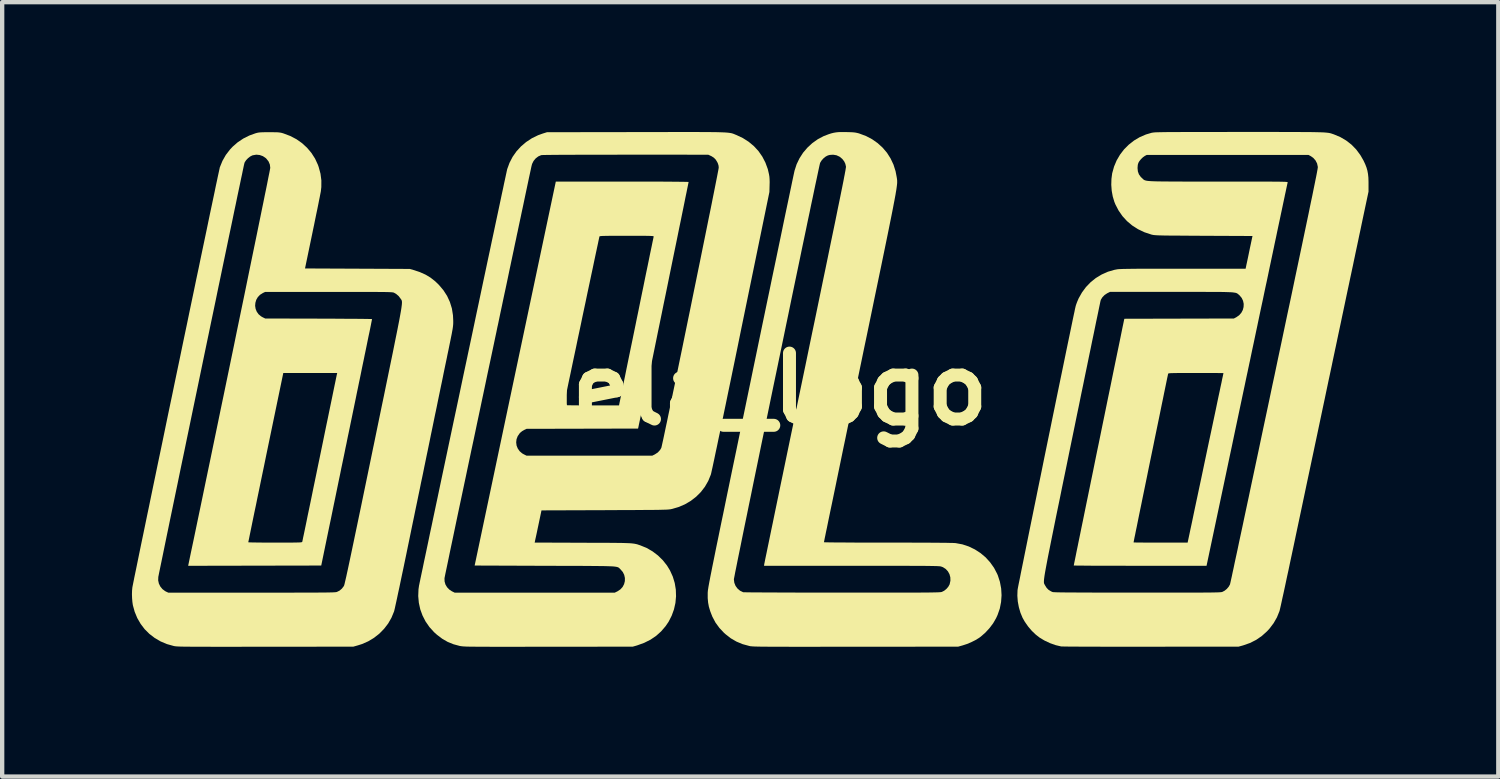
<source format=kicad_pcb>
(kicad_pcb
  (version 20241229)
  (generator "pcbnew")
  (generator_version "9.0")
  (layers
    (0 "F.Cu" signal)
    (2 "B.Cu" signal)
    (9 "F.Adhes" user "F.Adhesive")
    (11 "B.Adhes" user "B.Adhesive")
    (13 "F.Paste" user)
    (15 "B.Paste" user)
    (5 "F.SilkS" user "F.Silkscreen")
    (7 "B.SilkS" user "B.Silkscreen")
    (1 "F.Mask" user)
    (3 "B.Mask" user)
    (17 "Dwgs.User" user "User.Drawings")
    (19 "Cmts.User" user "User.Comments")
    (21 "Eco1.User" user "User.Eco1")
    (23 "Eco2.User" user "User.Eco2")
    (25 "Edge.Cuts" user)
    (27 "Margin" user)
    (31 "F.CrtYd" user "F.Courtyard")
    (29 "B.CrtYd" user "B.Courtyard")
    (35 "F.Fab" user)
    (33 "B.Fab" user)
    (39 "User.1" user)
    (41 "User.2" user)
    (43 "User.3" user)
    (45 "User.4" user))
  (footprint "bela_logo"
    (layer "F.Cu")
    (at 14.291 5.946)
    (property "Reference" "bela_logo" (at 0 0 0) (layer "F.SilkS") (effects (font (size 1.524 1.524) (thickness 0.3))))
    (attr board_only exclude_from_pos_files exclude_from_bom)
    (fp_poly (pts (xy 2.177 -5.944) (xy 2.229 -5.943) (xy 2.302 -5.941) (xy 2.358 -5.939) (xy 2.402 -5.935) (xy 2.439 -5.93) (xy 2.472 -5.923) (xy 2.508 -5.914) (xy 2.523 -5.909) (xy 2.676 -5.852) (xy 2.818 -5.777) (xy 2.946 -5.687) (xy 3.061 -5.582) (xy 3.161 -5.464) (xy 3.244 -5.333) (xy 3.311 -5.191) (xy 3.359 -5.039) (xy 3.386 -4.899) (xy 3.388 -4.883) (xy 3.391 -4.868) (xy 3.393 -4.854) (xy 3.394 -4.839) (xy 3.396 -4.824) (xy 3.396 -4.808) (xy 3.396 -4.79) (xy 3.396 -4.769) (xy 3.394 -4.745) (xy 3.391 -4.717) (xy 3.387 -4.685) (xy 3.382 -4.648) (xy 3.376 -4.605) (xy 3.367 -4.555) (xy 3.358 -4.499) (xy 3.346 -4.435) (xy 3.333 -4.363) (xy 3.317 -4.282) (xy 3.3 -4.191) (xy 3.28 -4.09) (xy 3.258 -3.979) (xy 3.233 -3.856) (xy 3.206 -3.721) (xy 3.176 -3.573) (xy 3.143 -3.412) (xy 3.107 -3.237) (xy 3.068 -3.048) (xy 3.026 -2.843) (xy 2.98 -2.623) (xy 2.931 -2.386) (xy 2.878 -2.132) (xy 2.822 -1.86) (xy 2.762 -1.57) (xy 2.698 -1.261) (xy 2.629 -0.932) (xy 2.557 -0.583) (xy 2.545 -0.526) (xy 2.485 -0.235) (xy 2.425 0.05) (xy 2.368 0.329) (xy 2.311 0.601) (xy 2.256 0.866) (xy 2.203 1.123) (xy 2.151 1.37) (xy 2.102 1.608) (xy 2.055 1.836) (xy 2.01 2.053) (xy 1.968 2.258) (xy 1.928 2.45) (xy 1.891 2.629) (xy 1.856 2.795) (xy 1.825 2.945) (xy 1.797 3.08) (xy 1.773 3.2) (xy 1.751 3.302) (xy 1.734 3.387) (xy 1.72 3.453) (xy 1.711 3.501) (xy 1.705 3.529) (xy 1.703 3.537) (xy 1.714 3.538) (xy 1.745 3.539) (xy 1.794 3.54) (xy 1.862 3.541) (xy 1.946 3.542) (xy 2.045 3.543) (xy 2.158 3.543) (xy 2.285 3.544) (xy 2.423 3.545) (xy 2.571 3.545) (xy 2.728 3.546) (xy 2.894 3.546) (xy 3.066 3.546) (xy 3.179 3.546) (xy 3.421 3.546) (xy 3.642 3.546) (xy 3.842 3.547) (xy 4.021 3.547) (xy 4.18 3.548) (xy 4.319 3.549) (xy 4.439 3.55) (xy 4.539 3.551) (xy 4.62 3.553) (xy 4.682 3.554) (xy 4.726 3.556) (xy 4.751 3.558) (xy 4.906 3.587) (xy 5.053 3.636) (xy 5.193 3.704) (xy 5.323 3.788) (xy 5.441 3.887) (xy 5.545 4.002) (xy 5.635 4.129) (xy 5.707 4.267) (xy 5.723 4.304) (xy 5.771 4.453) (xy 5.8 4.607) (xy 5.809 4.762) (xy 5.798 4.918) (xy 5.768 5.071) (xy 5.717 5.218) (xy 5.683 5.292) (xy 5.615 5.41) (xy 5.53 5.523) (xy 5.434 5.627) (xy 5.33 5.718) (xy 5.283 5.752) (xy 5.2 5.802) (xy 5.104 5.85) (xy 5.004 5.891) (xy 4.909 5.922) (xy 4.805 5.951) (xy 2.437 5.953) (xy 2.171 5.953) (xy 1.926 5.953) (xy 1.7 5.953) (xy 1.494 5.954) (xy 1.305 5.954) (xy 1.133 5.954) (xy 0.978 5.954) (xy 0.838 5.953) (xy 0.712 5.953) (xy 0.6 5.953) (xy 0.501 5.952) (xy 0.414 5.952) (xy 0.338 5.951) (xy 0.272 5.951) (xy 0.215 5.95) (xy 0.167 5.949) (xy 0.127 5.948) (xy 0.093 5.947) (xy 0.065 5.945) (xy 0.042 5.944) (xy 0.024 5.942) (xy 0.008 5.941) (xy -0.005 5.939) (xy -0.016 5.936) (xy -0.021 5.935) (xy -0.176 5.893) (xy -0.318 5.834) (xy -0.449 5.758) (xy -0.571 5.663) (xy -0.604 5.634) (xy -0.713 5.518) (xy -0.804 5.393) (xy -0.877 5.255) (xy -0.925 5.131) (xy -0.956 5.028) (xy -0.974 4.93) (xy -0.983 4.829) (xy -0.983 4.716) (xy -0.983 4.705) (xy -0.982 4.693) (xy -0.981 4.68) (xy -0.98 4.665) (xy -0.978 4.648) (xy -0.975 4.628) (xy -0.971 4.604) (xy -0.967 4.575) (xy -0.961 4.542) (xy -0.954 4.504) (xy -0.946 4.459) (xy -0.936 4.408) (xy -0.934 4.398) (xy -0.378 4.398) (xy -0.368 4.474) (xy -0.34 4.545) (xy -0.295 4.607) (xy -0.237 4.657) (xy -0.169 4.69) (xy -0.161 4.693) (xy -0.148 4.694) (xy -0.114 4.694) (xy -0.061 4.695) (xy 0.01 4.696) (xy 0.099 4.697) (xy 0.205 4.697) (xy 0.325 4.698) (xy 0.46 4.699) (xy 0.609 4.699) (xy 0.769 4.7) (xy 0.942 4.7) (xy 1.124 4.701) (xy 1.316 4.701) (xy 1.517 4.701) (xy 1.724 4.702) (xy 1.938 4.702) (xy 2.122 4.702) (xy 2.382 4.702) (xy 2.621 4.702) (xy 2.841 4.702) (xy 3.042 4.702) (xy 3.224 4.702) (xy 3.39 4.702) (xy 3.54 4.702) (xy 3.674 4.702) (xy 3.793 4.701) (xy 3.899 4.701) (xy 3.993 4.7) (xy 4.074 4.7) (xy 4.144 4.699) (xy 4.204 4.698) (xy 4.255 4.697) (xy 4.297 4.696) (xy 4.332 4.695) (xy 4.36 4.694) (xy 4.382 4.692) (xy 4.399 4.691) (xy 4.412 4.689) (xy 4.422 4.687) (xy 4.43 4.685) (xy 4.43 4.685) (xy 4.483 4.658) (xy 4.534 4.617) (xy 4.577 4.567) (xy 4.607 4.514) (xy 4.61 4.505) (xy 4.627 4.426) (xy 4.625 4.349) (xy 4.605 4.275) (xy 4.569 4.21) (xy 4.518 4.155) (xy 4.454 4.114) (xy 4.41 4.098) (xy 4.401 4.096) (xy 4.389 4.094) (xy 4.371 4.092) (xy 4.348 4.091) (xy 4.318 4.089) (xy 4.28 4.088) (xy 4.234 4.087) (xy 4.178 4.086) (xy 4.112 4.085) (xy 4.035 4.084) (xy 3.946 4.084) (xy 3.843 4.083) (xy 3.727 4.083) (xy 3.596 4.082) (xy 3.45 4.082) (xy 3.287 4.082) (xy 3.106 4.082) (xy 2.907 4.082) (xy 2.689 4.082) (xy 2.451 4.082) (xy 2.337 4.082) (xy 0.319 4.082) (xy 0.324 4.041) (xy 0.327 4.028) (xy 0.334 3.995) (xy 0.344 3.942) (xy 0.359 3.87) (xy 0.378 3.78) (xy 0.4 3.672) (xy 0.426 3.547) (xy 0.455 3.406) (xy 0.487 3.25) (xy 0.523 3.079) (xy 0.561 2.893) (xy 0.602 2.695) (xy 0.646 2.483) (xy 0.692 2.259) (xy 0.741 2.024) (xy 0.792 1.778) (xy 0.845 1.522) (xy 0.9 1.257) (xy 0.957 0.983) (xy 1.016 0.701) (xy 1.076 0.411) (xy 1.137 0.115) (xy 1.2 -0.187) (xy 1.264 -0.494) (xy 1.275 -0.546) (xy 1.353 -0.925) (xy 1.427 -1.283) (xy 1.498 -1.621) (xy 1.564 -1.94) (xy 1.626 -2.24) (xy 1.684 -2.522) (xy 1.739 -2.785) (xy 1.79 -3.032) (xy 1.837 -3.262) (xy 1.881 -3.475) (xy 1.922 -3.673) (xy 1.96 -3.855) (xy 1.994 -4.023) (xy 2.025 -4.177) (xy 2.054 -4.317) (xy 2.08 -4.444) (xy 2.103 -4.559) (xy 2.124 -4.661) (xy 2.142 -4.752) (xy 2.158 -4.832) (xy 2.171 -4.902) (xy 2.183 -4.962) (xy 2.192 -5.012) (xy 2.2 -5.053) (xy 2.205 -5.086) (xy 2.209 -5.112) (xy 2.212 -5.129) (xy 2.213 -5.141) (xy 2.213 -5.144) (xy 2.198 -5.21) (xy 2.171 -5.267) (xy 2.127 -5.323) (xy 2.125 -5.325) (xy 2.064 -5.375) (xy 1.994 -5.407) (xy 1.917 -5.42) (xy 1.838 -5.415) (xy 1.794 -5.403) (xy 1.745 -5.378) (xy 1.695 -5.338) (xy 1.652 -5.291) (xy 1.621 -5.242) (xy 1.614 -5.228) (xy 1.61 -5.212) (xy 1.602 -5.177) (xy 1.59 -5.122) (xy 1.574 -5.048) (xy 1.555 -4.957) (xy 1.532 -4.849) (xy 1.505 -4.725) (xy 1.476 -4.586) (xy 1.444 -4.432) (xy 1.408 -4.264) (xy 1.371 -4.084) (xy 1.33 -3.892) (xy 1.288 -3.688) (xy 1.243 -3.474) (xy 1.196 -3.251) (xy 1.148 -3.018) (xy 1.098 -2.778) (xy 1.046 -2.53) (xy 0.993 -2.276) (xy 0.939 -2.016) (xy 0.885 -1.752) (xy 0.829 -1.484) (xy 0.773 -1.212) (xy 0.716 -0.938) (xy 0.659 -0.663) (xy 0.602 -0.387) (xy 0.544 -0.111) (xy 0.487 0.164) (xy 0.431 0.437) (xy 0.375 0.708) (xy 0.32 0.976) (xy 0.265 1.239) (xy 0.212 1.498) (xy 0.16 1.751) (xy 0.109 1.997) (xy 0.06 2.236) (xy 0.013 2.467) (xy -0.033 2.688) (xy -0.076 2.9) (xy -0.118 3.102) (xy -0.157 3.292) (xy -0.193 3.469) (xy -0.226 3.634) (xy -0.257 3.785) (xy -0.285 3.921) (xy -0.309 4.042) (xy -0.33 4.147) (xy -0.348 4.234) (xy -0.361 4.304) (xy -0.371 4.355) (xy -0.377 4.387) (xy -0.378 4.398) (xy -0.934 4.398) (xy -0.925 4.349) (xy -0.912 4.283) (xy -0.897 4.209) (xy -0.881 4.126) (xy -0.862 4.033) (xy -0.841 3.93) (xy -0.818 3.816) (xy -0.793 3.691) (xy -0.765 3.555) (xy -0.734 3.406) (xy -0.701 3.243) (xy -0.665 3.068) (xy -0.625 2.878) (xy -0.583 2.673) (xy -0.538 2.453) (xy -0.489 2.217) (xy -0.437 1.965) (xy -0.381 1.696) (xy -0.321 1.409) (xy -0.258 1.103) (xy -0.191 0.779) (xy -0.119 0.435) (xy -0.044 0.072) (xy 0.01 -0.187) (xy 0.075 -0.503) (xy 0.14 -0.814) (xy 0.203 -1.119) (xy 0.265 -1.419) (xy 0.326 -1.711) (xy 0.385 -1.995) (xy 0.443 -2.271) (xy 0.498 -2.539) (xy 0.552 -2.796) (xy 0.604 -3.044) (xy 0.653 -3.28) (xy 0.7 -3.505) (xy 0.744 -3.717) (xy 0.785 -3.916) (xy 0.824 -4.102) (xy 0.86 -4.273) (xy 0.893 -4.429) (xy 0.922 -4.569) (xy 0.948 -4.693) (xy 0.97 -4.799) (xy 0.989 -4.888) (xy 1.004 -4.959) (xy 1.015 -5.01) (xy 1.022 -5.041) (xy 1.024 -5.051) (xy 1.072 -5.199) (xy 1.139 -5.338) (xy 1.223 -5.468) (xy 1.323 -5.585) (xy 1.437 -5.69) (xy 1.563 -5.779) (xy 1.7 -5.851) (xy 1.816 -5.895) (xy 1.876 -5.914) (xy 1.929 -5.927) (xy 1.981 -5.936) (xy 2.036 -5.942) (xy 2.1 -5.944)) (stroke (width 0) (type solid)) (fill yes) (layer "F.SilkS"))
    (fp_poly (pts (xy -11.115 -5.94) (xy -11.037 -5.94) (xy -10.977 -5.939) (xy -10.93 -5.938) (xy -10.894 -5.935) (xy -10.864 -5.931) (xy -10.837 -5.926) (xy -10.808 -5.918) (xy -10.783 -5.91) (xy -10.63 -5.852) (xy -10.487 -5.777) (xy -10.358 -5.686) (xy -10.243 -5.58) (xy -10.143 -5.461) (xy -10.059 -5.33) (xy -9.993 -5.187) (xy -9.975 -5.136) (xy -9.933 -4.981) (xy -9.913 -4.826) (xy -9.914 -4.671) (xy -9.925 -4.574) (xy -9.93 -4.548) (xy -9.939 -4.502) (xy -9.951 -4.439) (xy -9.967 -4.361) (xy -9.985 -4.269) (xy -10.006 -4.165) (xy -10.03 -4.051) (xy -10.055 -3.929) (xy -10.081 -3.8) (xy -10.109 -3.667) (xy -10.116 -3.632) (xy -10.291 -2.791) (xy -7.869 -2.78) (xy -7.783 -2.755) (xy -7.637 -2.707) (xy -7.507 -2.649) (xy -7.39 -2.579) (xy -7.282 -2.494) (xy -7.197 -2.412) (xy -7.092 -2.288) (xy -7.007 -2.156) (xy -6.942 -2.015) (xy -6.896 -1.866) (xy -6.871 -1.709) (xy -6.865 -1.585) (xy -6.865 -1.557) (xy -6.865 -1.531) (xy -6.866 -1.506) (xy -6.868 -1.481) (xy -6.871 -1.452) (xy -6.875 -1.42) (xy -6.881 -1.381) (xy -6.89 -1.334) (xy -6.9 -1.278) (xy -6.914 -1.209) (xy -6.93 -1.128) (xy -6.95 -1.032) (xy -6.973 -0.918) (xy -7.001 -0.786) (xy -7.01 -0.739) (xy -7.032 -0.634) (xy -7.057 -0.515) (xy -7.083 -0.39) (xy -7.108 -0.265) (xy -7.132 -0.148) (xy -7.15 -0.064) (xy -7.171 0.039) (xy -7.195 0.154) (xy -7.22 0.275) (xy -7.244 0.394) (xy -7.267 0.505) (xy -7.285 0.589) (xy -7.304 0.682) (xy -7.324 0.779) (xy -7.344 0.877) (xy -7.363 0.969) (xy -7.38 1.049) (xy -7.392 1.109) (xy -7.403 1.164) (xy -7.418 1.237) (xy -7.436 1.324) (xy -7.456 1.422) (xy -7.478 1.526) (xy -7.5 1.633) (xy -7.522 1.741) (xy -7.53 1.778) (xy -7.544 1.848) (xy -7.562 1.937) (xy -7.584 2.043) (xy -7.61 2.164) (xy -7.637 2.3) (xy -7.668 2.447) (xy -7.7 2.604) (xy -7.735 2.77) (xy -7.77 2.942) (xy -7.807 3.119) (xy -7.844 3.299) (xy -7.881 3.48) (xy -7.917 3.653) (xy -7.952 3.825) (xy -7.987 3.992) (xy -8.02 4.152) (xy -8.053 4.306) (xy -8.083 4.45) (xy -8.111 4.585) (xy -8.138 4.708) (xy -8.161 4.818) (xy -8.182 4.915) (xy -8.2 4.996) (xy -8.214 5.061) (xy -8.225 5.107) (xy -8.232 5.135) (xy -8.234 5.14) (xy -8.293 5.283) (xy -8.37 5.417) (xy -8.464 5.539) (xy -8.573 5.65) (xy -8.695 5.746) (xy -8.829 5.827) (xy -8.972 5.89) (xy -9.069 5.921) (xy -9.175 5.951) (xy -11.206 5.953) (xy -11.451 5.953) (xy -11.676 5.953) (xy -11.882 5.954) (xy -12.069 5.954) (xy -12.238 5.954) (xy -12.39 5.954) (xy -12.527 5.953) (xy -12.649 5.953) (xy -12.757 5.953) (xy -12.852 5.953) (xy -12.934 5.952) (xy -13.006 5.951) (xy -13.068 5.951) (xy -13.12 5.95) (xy -13.164 5.949) (xy -13.201 5.948) (xy -13.231 5.946) (xy -13.256 5.945) (xy -13.277 5.943) (xy -13.293 5.941) (xy -13.307 5.939) (xy -13.32 5.937) (xy -13.327 5.935) (xy -13.484 5.891) (xy -13.63 5.829) (xy -13.765 5.75) (xy -13.888 5.656) (xy -13.997 5.547) (xy -14.09 5.425) (xy -14.168 5.29) (xy -14.228 5.145) (xy -14.27 4.992) (xy -14.281 4.917) (xy -14.288 4.832) (xy -14.291 4.743) (xy -14.289 4.658) (xy -14.282 4.585) (xy -14.279 4.568) (xy -14.274 4.542) (xy -14.265 4.497) (xy -14.252 4.432) (xy -14.249 4.418) (xy -13.685 4.418) (xy -13.669 4.492) (xy -13.636 4.56) (xy -13.587 4.62) (xy -13.526 4.666) (xy -13.504 4.678) (xy -13.45 4.703) (xy -11.526 4.703) (xy -11.286 4.703) (xy -11.066 4.703) (xy -10.865 4.703) (xy -10.684 4.703) (xy -10.52 4.702) (xy -10.372 4.702) (xy -10.241 4.702) (xy -10.125 4.701) (xy -10.022 4.701) (xy -9.933 4.7) (xy -9.856 4.7) (xy -9.79 4.699) (xy -9.734 4.698) (xy -9.688 4.697) (xy -9.651 4.696) (xy -9.62 4.694) (xy -9.597 4.693) (xy -9.579 4.691) (xy -9.566 4.689) (xy -9.557 4.687) (xy -9.554 4.686) (xy -9.493 4.656) (xy -9.439 4.61) (xy -9.396 4.554) (xy -9.389 4.541) (xy -9.386 4.532) (xy -9.38 4.512) (xy -9.373 4.484) (xy -9.364 4.444) (xy -9.352 4.394) (xy -9.338 4.333) (xy -9.322 4.259) (xy -9.303 4.173) (xy -9.282 4.074) (xy -9.258 3.961) (xy -9.231 3.833) (xy -9.201 3.691) (xy -9.168 3.534) (xy -9.132 3.361) (xy -9.092 3.171) (xy -9.049 2.964) (xy -9.002 2.74) (xy -8.952 2.497) (xy -8.898 2.236) (xy -8.84 1.956) (xy -8.778 1.656) (xy -8.712 1.335) (xy -8.703 1.294) (xy -8.639 0.982) (xy -8.579 0.691) (xy -8.523 0.419) (xy -8.47 0.166) (xy -8.422 -0.069) (xy -8.377 -0.287) (xy -8.336 -0.487) (xy -8.298 -0.672) (xy -8.263 -0.841) (xy -8.232 -0.995) (xy -8.204 -1.135) (xy -8.178 -1.263) (xy -8.155 -1.377) (xy -8.135 -1.48) (xy -8.117 -1.571) (xy -8.102 -1.652) (xy -8.089 -1.723) (xy -8.078 -1.785) (xy -8.069 -1.838) (xy -8.062 -1.884) (xy -8.057 -1.923) (xy -8.053 -1.955) (xy -8.051 -1.982) (xy -8.05 -2.004) (xy -8.051 -2.021) (xy -8.052 -2.035) (xy -8.055 -2.047) (xy -8.058 -2.056) (xy -8.062 -2.064) (xy -8.066 -2.071) (xy -8.071 -2.078) (xy -8.077 -2.085) (xy -8.081 -2.092) (xy -8.127 -2.153) (xy -8.186 -2.203) (xy -8.232 -2.229) (xy -8.239 -2.232) (xy -8.247 -2.235) (xy -8.258 -2.237) (xy -8.273 -2.239) (xy -8.292 -2.241) (xy -8.317 -2.242) (xy -8.349 -2.244) (xy -8.389 -2.245) (xy -8.438 -2.246) (xy -8.497 -2.247) (xy -8.567 -2.247) (xy -8.65 -2.248) (xy -8.746 -2.248) (xy -8.857 -2.249) (xy -8.983 -2.249) (xy -9.126 -2.249) (xy -9.287 -2.249) (xy -9.467 -2.249) (xy -9.666 -2.249) (xy -9.743 -2.249) (xy -11.211 -2.249) (xy -11.264 -2.224) (xy -11.331 -2.182) (xy -11.382 -2.128) (xy -11.418 -2.066) (xy -11.438 -1.998) (xy -11.444 -1.928) (xy -11.433 -1.858) (xy -11.407 -1.793) (xy -11.366 -1.734) (xy -11.308 -1.685) (xy -11.272 -1.664) (xy -11.211 -1.634) (xy -9.976 -1.631) (xy -9.816 -1.63) (xy -9.661 -1.63) (xy -9.514 -1.629) (xy -9.375 -1.628) (xy -9.247 -1.628) (xy -9.13 -1.627) (xy -9.026 -1.626) (xy -8.936 -1.625) (xy -8.862 -1.624) (xy -8.804 -1.623) (xy -8.764 -1.622) (xy -8.744 -1.621) (xy -8.742 -1.62) (xy -8.744 -1.608) (xy -8.75 -1.578) (xy -8.759 -1.533) (xy -8.77 -1.476) (xy -8.783 -1.411) (xy -8.789 -1.382) (xy -8.804 -1.31) (xy -8.823 -1.222) (xy -8.843 -1.124) (xy -8.864 -1.02) (xy -8.885 -0.918) (xy -8.905 -0.821) (xy -8.907 -0.814) (xy -8.928 -0.709) (xy -8.953 -0.59) (xy -8.979 -0.465) (xy -9.004 -0.34) (xy -9.028 -0.223) (xy -9.046 -0.139) (xy -9.067 -0.035) (xy -9.092 0.083) (xy -9.117 0.208) (xy -9.143 0.333) (xy -9.167 0.45) (xy -9.186 0.541) (xy -9.207 0.644) (xy -9.231 0.758) (xy -9.255 0.876) (xy -9.279 0.992) (xy -9.302 1.1) (xy -9.32 1.189) (xy -9.335 1.265) (xy -9.355 1.357) (xy -9.376 1.463) (xy -9.4 1.579) (xy -9.425 1.699) (xy -9.451 1.822) (xy -9.475 1.942) (xy -9.491 2.019) (xy -9.513 2.124) (xy -9.538 2.246) (xy -9.566 2.382) (xy -9.596 2.528) (xy -9.628 2.681) (xy -9.66 2.838) (xy -9.692 2.994) (xy -9.724 3.146) (xy -9.754 3.291) (xy -9.758 3.31) (xy -9.916 4.076) (xy -12.992 4.082) (xy -12.978 4.015) (xy -12.929 3.779) (xy -12.878 3.538) (xy -11.602 3.538) (xy -11.592 3.539) (xy -11.562 3.541) (xy -11.514 3.542) (xy -11.451 3.543) (xy -11.373 3.544) (xy -11.284 3.545) (xy -11.185 3.545) (xy -11.077 3.546) (xy -10.981 3.546) (xy -10.85 3.546) (xy -10.739 3.546) (xy -10.646 3.546) (xy -10.569 3.545) (xy -10.507 3.544) (xy -10.459 3.543) (xy -10.422 3.542) (xy -10.395 3.54) (xy -10.377 3.538) (xy -10.365 3.535) (xy -10.359 3.532) (xy -10.355 3.529) (xy -10.355 3.527) (xy -10.352 3.515) (xy -10.345 3.483) (xy -10.335 3.432) (xy -10.32 3.363) (xy -10.302 3.277) (xy -10.281 3.176) (xy -10.257 3.06) (xy -10.231 2.93) (xy -10.201 2.788) (xy -10.169 2.634) (xy -10.135 2.47) (xy -10.1 2.297) (xy -10.062 2.115) (xy -10.023 1.926) (xy -9.983 1.731) (xy -9.957 1.607) (xy -9.916 1.408) (xy -9.876 1.215) (xy -9.838 1.028) (xy -9.801 0.848) (xy -9.765 0.677) (xy -9.732 0.516) (xy -9.701 0.365) (xy -9.672 0.226) (xy -9.646 0.099) (xy -9.623 -0.013) (xy -9.603 -0.11) (xy -9.586 -0.191) (xy -9.573 -0.256) (xy -9.563 -0.302) (xy -9.558 -0.328) (xy -9.556 -0.335) (xy -9.547 -0.375) (xy -10.17 -0.375) (xy -10.793 -0.375) (xy -11.198 1.577) (xy -11.239 1.778) (xy -11.28 1.974) (xy -11.319 2.162) (xy -11.356 2.343) (xy -11.392 2.515) (xy -11.425 2.678) (xy -11.457 2.829) (xy -11.486 2.969) (xy -11.512 3.096) (xy -11.535 3.209) (xy -11.555 3.307) (xy -11.572 3.389) (xy -11.585 3.455) (xy -11.595 3.502) (xy -11.601 3.53) (xy -11.602 3.538) (xy -12.878 3.538) (xy -12.877 3.534) (xy -12.824 3.28) (xy -12.77 3.02) (xy -12.714 2.752) (xy -12.657 2.478) (xy -12.599 2.198) (xy -12.54 1.914) (xy -12.48 1.627) (xy -12.42 1.336) (xy -12.359 1.043) (xy -12.298 0.748) (xy -12.237 0.452) (xy -12.175 0.156) (xy -12.114 -0.139) (xy -12.053 -0.433) (xy -11.993 -0.724) (xy -11.933 -1.013) (xy -11.875 -1.298) (xy -11.817 -1.578) (xy -11.76 -1.854) (xy -11.704 -2.123) (xy -11.65 -2.386) (xy -11.598 -2.641) (xy -11.547 -2.889) (xy -11.498 -3.127) (xy -11.451 -3.355) (xy -11.406 -3.573) (xy -11.364 -3.78) (xy -11.324 -3.975) (xy -11.287 -4.157) (xy -11.252 -4.326) (xy -11.221 -4.481) (xy -11.192 -4.62) (xy -11.167 -4.744) (xy -11.146 -4.852) (xy -11.128 -4.942) (xy -11.113 -5.014) (xy -11.103 -5.068) (xy -11.097 -5.102) (xy -11.094 -5.115) (xy -11.104 -5.194) (xy -11.134 -5.265) (xy -11.184 -5.328) (xy -11.196 -5.34) (xy -11.263 -5.386) (xy -11.338 -5.413) (xy -11.417 -5.421) (xy -11.498 -5.407) (xy -11.511 -5.403) (xy -11.559 -5.378) (xy -11.608 -5.34) (xy -11.652 -5.294) (xy -11.684 -5.246) (xy -11.691 -5.228) (xy -11.694 -5.215) (xy -11.702 -5.182) (xy -11.713 -5.13) (xy -11.728 -5.059) (xy -11.746 -4.971) (xy -11.769 -4.865) (xy -11.794 -4.744) (xy -11.823 -4.607) (xy -11.855 -4.456) (xy -11.889 -4.29) (xy -11.927 -4.112) (xy -11.966 -3.922) (xy -12.008 -3.721) (xy -12.053 -3.509) (xy -12.099 -3.287) (xy -12.147 -3.057) (xy -12.197 -2.818) (xy -12.248 -2.572) (xy -12.301 -2.32) (xy -12.354 -2.062) (xy -12.409 -1.799) (xy -12.465 -1.532) (xy -12.521 -1.262) (xy -12.578 -0.99) (xy -12.635 -0.716) (xy -12.692 -0.441) (xy -12.749 -0.166) (xy -12.806 0.108) (xy -12.863 0.381) (xy -12.919 0.651) (xy -12.974 0.917) (xy -13.029 1.18) (xy -13.082 1.438) (xy -13.135 1.69) (xy -13.186 1.936) (xy -13.235 2.175) (xy -13.283 2.405) (xy -13.329 2.627) (xy -13.373 2.839) (xy -13.415 3.04) (xy -13.454 3.23) (xy -13.491 3.408) (xy -13.525 3.574) (xy -13.556 3.725) (xy -13.584 3.862) (xy -13.609 3.983) (xy -13.631 4.089) (xy -13.649 4.177) (xy -13.664 4.248) (xy -13.674 4.3) (xy -13.681 4.333) (xy -13.682 4.342) (xy -13.685 4.418) (xy -14.249 4.418) (xy -14.236 4.35) (xy -14.215 4.25) (xy -14.191 4.134) (xy -14.164 4.002) (xy -14.134 3.855) (xy -14.101 3.694) (xy -14.065 3.519) (xy -14.026 3.333) (xy -13.985 3.134) (xy -13.942 2.925) (xy -13.896 2.706) (xy -13.849 2.477) (xy -13.8 2.24) (xy -13.749 1.996) (xy -13.697 1.744) (xy -13.643 1.487) (xy -13.588 1.224) (xy -13.533 0.957) (xy -13.477 0.686) (xy -13.42 0.412) (xy -13.362 0.137) (xy -13.305 -0.14) (xy -13.247 -0.417) (xy -13.189 -0.694) (xy -13.132 -0.97) (xy -13.075 -1.243) (xy -13.018 -1.514) (xy -12.963 -1.781) (xy -12.908 -2.044) (xy -12.854 -2.301) (xy -12.802 -2.553) (xy -12.75 -2.797) (xy -12.701 -3.034) (xy -12.653 -3.263) (xy -12.607 -3.482) (xy -12.563 -3.691) (xy -12.522 -3.89) (xy -12.483 -4.077) (xy -12.446 -4.251) (xy -12.412 -4.412) (xy -12.381 -4.559) (xy -12.354 -4.691) (xy -12.329 -4.807) (xy -12.308 -4.907) (xy -12.29 -4.99) (xy -12.276 -5.054) (xy -12.266 -5.1) (xy -12.261 -5.126) (xy -12.259 -5.131) (xy -12.199 -5.278) (xy -12.121 -5.415) (xy -12.025 -5.54) (xy -11.961 -5.608) (xy -11.846 -5.708) (xy -11.717 -5.794) (xy -11.577 -5.864) (xy -11.436 -5.915) (xy -11.406 -5.923) (xy -11.378 -5.93) (xy -11.348 -5.934) (xy -11.313 -5.937) (xy -11.269 -5.939) (xy -11.212 -5.94) (xy -11.139 -5.94)) (stroke (width 0) (type solid)) (fill yes) (layer "F.SilkS"))
    (fp_poly (pts (xy -1.274 -5.945) (xy -1.146 -5.944) (xy -1.033 -5.944) (xy -0.932 -5.943) (xy -0.843 -5.942) (xy -0.766 -5.941) (xy -0.699 -5.939) (xy -0.641 -5.937) (xy -0.591 -5.935) (xy -0.549 -5.932) (xy -0.513 -5.929) (xy -0.482 -5.925) (xy -0.456 -5.921) (xy -0.434 -5.917) (xy -0.415 -5.912) (xy -0.397 -5.906) (xy -0.38 -5.9) (xy -0.363 -5.893) (xy -0.345 -5.885) (xy -0.324 -5.877) (xy -0.319 -5.875) (xy -0.171 -5.805) (xy -0.036 -5.719) (xy 0.085 -5.618) (xy 0.19 -5.504) (xy 0.279 -5.376) (xy 0.351 -5.237) (xy 0.406 -5.087) (xy 0.434 -4.966) (xy 0.443 -4.911) (xy 0.447 -4.854) (xy 0.449 -4.788) (xy 0.447 -4.714) (xy 0.443 -4.558) (xy -0.219 -1.339) (xy -0.282 -1.029) (xy -0.343 -0.732) (xy -0.402 -0.447) (xy -0.458 -0.175) (xy -0.512 0.083) (xy -0.562 0.327) (xy -0.61 0.556) (xy -0.654 0.77) (xy -0.695 0.968) (xy -0.734 1.15) (xy -0.768 1.315) (xy -0.8 1.464) (xy -0.827 1.594) (xy -0.851 1.706) (xy -0.871 1.8) (xy -0.888 1.875) (xy -0.9 1.93) (xy -0.908 1.964) (xy -0.912 1.977) (xy -0.971 2.121) (xy -1.048 2.255) (xy -1.142 2.377) (xy -1.251 2.486) (xy -1.374 2.581) (xy -1.51 2.661) (xy -1.658 2.724) (xy -1.805 2.767) (xy -1.819 2.77) (xy -1.833 2.773) (xy -1.849 2.776) (xy -1.866 2.778) (xy -1.887 2.78) (xy -1.913 2.782) (xy -1.945 2.784) (xy -1.983 2.785) (xy -2.03 2.786) (xy -2.086 2.788) (xy -2.152 2.789) (xy -2.229 2.79) (xy -2.319 2.79) (xy -2.423 2.791) (xy -2.541 2.792) (xy -2.675 2.793) (xy -2.827 2.793) (xy -2.996 2.794) (xy -3.185 2.795) (xy -3.363 2.796) (xy -4.825 2.801) (xy -4.896 3.139) (xy -4.914 3.223) (xy -4.93 3.301) (xy -4.945 3.371) (xy -4.958 3.43) (xy -4.968 3.475) (xy -4.974 3.503) (xy -4.975 3.511) (xy -4.983 3.545) (xy -3.865 3.549) (xy -3.683 3.55) (xy -3.522 3.55) (xy -3.379 3.551) (xy -3.253 3.551) (xy -3.143 3.552) (xy -3.048 3.553) (xy -2.966 3.554) (xy -2.897 3.556) (xy -2.837 3.558) (xy -2.788 3.56) (xy -2.746 3.563) (xy -2.71 3.567) (xy -2.68 3.571) (xy -2.654 3.576) (xy -2.63 3.581) (xy -2.607 3.587) (xy -2.585 3.595) (xy -2.56 3.603) (xy -2.537 3.611) (xy -2.393 3.67) (xy -2.257 3.749) (xy -2.132 3.844) (xy -2.02 3.954) (xy -1.923 4.077) (xy -1.855 4.189) (xy -1.79 4.332) (xy -1.745 4.481) (xy -1.72 4.633) (xy -1.715 4.787) (xy -1.729 4.94) (xy -1.763 5.09) (xy -1.816 5.236) (xy -1.887 5.375) (xy -1.957 5.478) (xy -2.06 5.598) (xy -2.176 5.702) (xy -2.306 5.79) (xy -2.452 5.863) (xy -2.612 5.921) (xy -2.635 5.928) (xy -2.716 5.951) (xy -4.665 5.953) (xy -4.906 5.953) (xy -5.125 5.953) (xy -5.326 5.954) (xy -5.507 5.954) (xy -5.671 5.954) (xy -5.819 5.954) (xy -5.951 5.954) (xy -6.068 5.953) (xy -6.171 5.953) (xy -6.262 5.953) (xy -6.341 5.952) (xy -6.409 5.951) (xy -6.467 5.951) (xy -6.516 5.95) (xy -6.558 5.949) (xy -6.592 5.947) (xy -6.62 5.946) (xy -6.644 5.944) (xy -6.663 5.942) (xy -6.679 5.94) (xy -6.693 5.938) (xy -6.706 5.936) (xy -6.712 5.935) (xy -6.86 5.895) (xy -6.995 5.84) (xy -7.121 5.767) (xy -7.241 5.676) (xy -7.308 5.616) (xy -7.414 5.499) (xy -7.503 5.371) (xy -7.574 5.233) (xy -7.627 5.088) (xy -7.66 4.937) (xy -7.674 4.782) (xy -7.668 4.626) (xy -7.655 4.536) (xy -7.65 4.515) (xy -7.642 4.474) (xy -7.629 4.414) (xy -7.621 4.372) (xy -7.067 4.372) (xy -7.065 4.443) (xy -7.045 4.514) (xy -7.007 4.578) (xy -6.955 4.632) (xy -6.898 4.67) (xy -6.831 4.703) (xy -3.132 4.703) (xy -3.065 4.67) (xy -3 4.626) (xy -2.95 4.571) (xy -2.916 4.506) (xy -2.898 4.436) (xy -2.897 4.364) (xy -2.913 4.292) (xy -2.946 4.225) (xy -2.998 4.165) (xy -2.999 4.164) (xy -3.009 4.154) (xy -3.018 4.145) (xy -3.026 4.136) (xy -3.035 4.129) (xy -3.045 4.122) (xy -3.057 4.116) (xy -3.073 4.111) (xy -3.093 4.106) (xy -3.118 4.102) (xy -3.15 4.098) (xy -3.19 4.095) (xy -3.238 4.093) (xy -3.296 4.091) (xy -3.364 4.089) (xy -3.444 4.088) (xy -3.536 4.087) (xy -3.643 4.086) (xy -3.764 4.085) (xy -3.9 4.084) (xy -4.054 4.084) (xy -4.225 4.083) (xy -4.415 4.083) (xy -4.625 4.082) (xy -4.747 4.082) (xy -6.37 4.076) (xy -5.586 0.364) (xy -4.307 0.364) (xy -4.297 0.367) (xy -4.267 0.369) (xy -4.216 0.371) (xy -4.146 0.372) (xy -4.054 0.373) (xy -3.942 0.374) (xy -3.809 0.375) (xy -3.67 0.375) (xy -3.033 0.375) (xy -3.023 0.324) (xy -3.02 0.308) (xy -3.012 0.273) (xy -3.001 0.218) (xy -2.986 0.146) (xy -2.968 0.057) (xy -2.947 -0.047) (xy -2.922 -0.166) (xy -2.895 -0.298) (xy -2.866 -0.443) (xy -2.834 -0.599) (xy -2.8 -0.765) (xy -2.764 -0.94) (xy -2.726 -1.123) (xy -2.687 -1.313) (xy -2.647 -1.508) (xy -2.625 -1.618) (xy -2.584 -1.815) (xy -2.545 -2.008) (xy -2.507 -2.194) (xy -2.47 -2.372) (xy -2.436 -2.541) (xy -2.403 -2.701) (xy -2.372 -2.849) (xy -2.344 -2.986) (xy -2.319 -3.11) (xy -2.296 -3.22) (xy -2.276 -3.315) (xy -2.26 -3.394) (xy -2.247 -3.455) (xy -2.238 -3.499) (xy -2.233 -3.523) (xy -2.232 -3.527) (xy -2.232 -3.531) (xy -2.235 -3.534) (xy -2.243 -3.537) (xy -2.257 -3.54) (xy -2.278 -3.541) (xy -2.31 -3.543) (xy -2.352 -3.544) (xy -2.407 -3.545) (xy -2.477 -3.545) (xy -2.562 -3.546) (xy -2.664 -3.546) (xy -2.786 -3.546) (xy -2.854 -3.546) (xy -2.985 -3.546) (xy -3.097 -3.546) (xy -3.191 -3.546) (xy -3.269 -3.545) (xy -3.331 -3.544) (xy -3.38 -3.543) (xy -3.417 -3.542) (xy -3.444 -3.54) (xy -3.463 -3.538) (xy -3.475 -3.536) (xy -3.482 -3.533) (xy -3.485 -3.529) (xy -3.486 -3.527) (xy -3.489 -3.514) (xy -3.496 -3.481) (xy -3.507 -3.43) (xy -3.521 -3.362) (xy -3.539 -3.279) (xy -3.56 -3.18) (xy -3.584 -3.068) (xy -3.61 -2.945) (xy -3.638 -2.81) (xy -3.669 -2.666) (xy -3.701 -2.514) (xy -3.735 -2.355) (xy -3.77 -2.19) (xy -3.805 -2.021) (xy -3.842 -1.848) (xy -3.879 -1.674) (xy -3.915 -1.499) (xy -3.952 -1.324) (xy -3.989 -1.152) (xy -4.024 -0.982) (xy -4.059 -0.817) (xy -4.093 -0.657) (xy -4.125 -0.505) (xy -4.155 -0.36) (xy -4.184 -0.225) (xy -4.21 -0.101) (xy -4.233 0.011) (xy -4.254 0.11) (xy -4.272 0.195) (xy -4.286 0.264) (xy -4.297 0.316) (xy -4.304 0.349) (xy -4.306 0.364) (xy -4.307 0.364) (xy -5.586 0.364) (xy -4.494 -4.799) (xy -2.959 -4.799) (xy -2.752 -4.799) (xy -2.556 -4.799) (xy -2.373 -4.799) (xy -2.204 -4.798) (xy -2.05 -4.798) (xy -1.91 -4.797) (xy -1.787 -4.796) (xy -1.68 -4.795) (xy -1.591 -4.794) (xy -1.52 -4.793) (xy -1.468 -4.792) (xy -1.436 -4.791) (xy -1.425 -4.79) (xy -1.425 -4.789) (xy -1.427 -4.778) (xy -1.433 -4.748) (xy -1.443 -4.698) (xy -1.457 -4.63) (xy -1.474 -4.545) (xy -1.495 -4.445) (xy -1.518 -4.33) (xy -1.544 -4.201) (xy -1.573 -4.06) (xy -1.604 -3.907) (xy -1.638 -3.744) (xy -1.673 -3.571) (xy -1.71 -3.389) (xy -1.749 -3.201) (xy -1.789 -3.006) (xy -1.83 -2.805) (xy -1.872 -2.6) (xy -1.914 -2.392) (xy -1.957 -2.182) (xy -2.001 -1.971) (xy -2.044 -1.759) (xy -2.087 -1.549) (xy -2.13 -1.341) (xy -2.172 -1.135) (xy -2.213 -0.934) (xy -2.253 -0.738) (xy -2.292 -0.547) (xy -2.33 -0.365) (xy -2.366 -0.19) (xy -2.399 -0.025) (xy -2.431 0.13) (xy -2.461 0.274) (xy -2.488 0.405) (xy -2.512 0.522) (xy -2.533 0.625) (xy -2.551 0.713) (xy -2.566 0.784) (xy -2.577 0.837) (xy -2.584 0.871) (xy -2.587 0.886) (xy -2.587 0.886) (xy -2.593 0.91) (xy -3.881 0.913) (xy -5.169 0.916) (xy -5.225 0.942) (xy -5.273 0.97) (xy -5.319 1.008) (xy -5.329 1.019) (xy -5.375 1.085) (xy -5.402 1.156) (xy -5.41 1.229) (xy -5.401 1.302) (xy -5.374 1.37) (xy -5.331 1.432) (xy -5.272 1.483) (xy -5.23 1.507) (xy -5.169 1.537) (xy -2.266 1.537) (xy -2.205 1.507) (xy -2.136 1.462) (xy -2.082 1.402) (xy -2.056 1.357) (xy -2.052 1.342) (xy -2.044 1.308) (xy -2.032 1.254) (xy -2.016 1.182) (xy -1.997 1.094) (xy -1.975 0.989) (xy -1.95 0.869) (xy -1.921 0.735) (xy -1.891 0.588) (xy -1.857 0.429) (xy -1.822 0.259) (xy -1.785 0.079) (xy -1.745 -0.11) (xy -1.704 -0.308) (xy -1.662 -0.513) (xy -1.619 -0.723) (xy -1.574 -0.939) (xy -1.529 -1.159) (xy -1.483 -1.383) (xy -1.437 -1.608) (xy -1.39 -1.835) (xy -1.344 -2.062) (xy -1.298 -2.288) (xy -1.252 -2.512) (xy -1.207 -2.734) (xy -1.162 -2.952) (xy -1.119 -3.165) (xy -1.077 -3.372) (xy -1.036 -3.573) (xy -0.997 -3.766) (xy -0.96 -3.95) (xy -0.924 -4.125) (xy -0.891 -4.289) (xy -0.861 -4.441) (xy -0.833 -4.58) (xy -0.808 -4.706) (xy -0.786 -4.818) (xy -0.767 -4.913) (xy -0.752 -4.992) (xy -0.74 -5.054) (xy -0.732 -5.097) (xy -0.729 -5.12) (xy -0.728 -5.123) (xy -0.733 -5.17) (xy -0.747 -5.216) (xy -0.761 -5.247) (xy -0.797 -5.306) (xy -0.84 -5.35) (xy -0.896 -5.386) (xy -0.916 -5.395) (xy -0.97 -5.42) (xy -2.882 -5.421) (xy -3.138 -5.42) (xy -3.378 -5.42) (xy -3.601 -5.42) (xy -3.807 -5.42) (xy -3.995 -5.419) (xy -4.165 -5.418) (xy -4.317 -5.418) (xy -4.45 -5.417) (xy -4.564 -5.416) (xy -4.658 -5.415) (xy -4.733 -5.414) (xy -4.787 -5.413) (xy -4.82 -5.411) (xy -4.832 -5.41) (xy -4.899 -5.381) (xy -4.959 -5.335) (xy -5.008 -5.276) (xy -5.042 -5.208) (xy -5.047 -5.191) (xy -5.053 -5.167) (xy -5.063 -5.124) (xy -5.076 -5.062) (xy -5.093 -4.983) (xy -5.114 -4.887) (xy -5.137 -4.777) (xy -5.163 -4.654) (xy -5.192 -4.518) (xy -5.223 -4.37) (xy -5.233 -4.323) (xy -5.246 -4.26) (xy -5.263 -4.18) (xy -5.283 -4.088) (xy -5.304 -3.986) (xy -5.327 -3.88) (xy -5.35 -3.772) (xy -5.372 -3.667) (xy -5.372 -3.664) (xy -5.394 -3.565) (xy -5.414 -3.467) (xy -5.434 -3.375) (xy -5.452 -3.29) (xy -5.467 -3.216) (xy -5.48 -3.157) (xy -5.489 -3.114) (xy -5.49 -3.107) (xy -5.498 -3.072) (xy -5.509 -3.018) (xy -5.524 -2.949) (xy -5.541 -2.866) (xy -5.561 -2.774) (xy -5.582 -2.673) (xy -5.604 -2.567) (xy -5.627 -2.458) (xy -5.629 -2.448) (xy -5.656 -2.321) (xy -5.686 -2.182) (xy -5.717 -2.036) (xy -5.748 -1.888) (xy -5.779 -1.743) (xy -5.807 -1.607) (xy -5.833 -1.484) (xy -5.844 -1.436) (xy -5.869 -1.314) (xy -5.898 -1.178) (xy -5.928 -1.035) (xy -5.959 -0.889) (xy -5.989 -0.747) (xy -6.017 -0.615) (xy -6.041 -0.504) (xy -6.053 -0.447) (xy -6.069 -0.372) (xy -6.089 -0.277) (xy -6.112 -0.166) (xy -6.139 -0.038) (xy -6.169 0.104) (xy -6.202 0.259) (xy -6.237 0.426) (xy -6.275 0.605) (xy -6.315 0.793) (xy -6.356 0.989) (xy -6.399 1.193) (xy -6.444 1.402) (xy -6.489 1.616) (xy -6.535 1.833) (xy -6.581 2.053) (xy -6.599 2.137) (xy -6.644 2.35) (xy -6.688 2.558) (xy -6.731 2.76) (xy -6.772 2.955) (xy -6.811 3.141) (xy -6.848 3.318) (xy -6.883 3.485) (xy -6.916 3.641) (xy -6.946 3.784) (xy -6.973 3.915) (xy -6.997 4.031) (xy -7.018 4.131) (xy -7.036 4.216) (xy -7.05 4.283) (xy -7.06 4.333) (xy -7.066 4.363) (xy -7.067 4.372) (xy -7.621 4.372) (xy -7.613 4.336) (xy -7.593 4.24) (xy -7.569 4.128) (xy -7.543 4) (xy -7.512 3.856) (xy -7.479 3.699) (xy -7.443 3.528) (xy -7.405 3.344) (xy -7.363 3.149) (xy -7.32 2.943) (xy -7.274 2.726) (xy -7.226 2.5) (xy -7.177 2.266) (xy -7.126 2.024) (xy -7.073 1.774) (xy -7.019 1.519) (xy -6.964 1.258) (xy -6.908 0.993) (xy -6.851 0.724) (xy -6.793 0.452) (xy -6.735 0.178) (xy -6.677 -0.098) (xy -6.619 -0.373) (xy -6.56 -0.649) (xy -6.502 -0.924) (xy -6.444 -1.196) (xy -6.387 -1.466) (xy -6.331 -1.733) (xy -6.275 -1.995) (xy -6.221 -2.252) (xy -6.168 -2.503) (xy -6.116 -2.747) (xy -6.066 -2.984) (xy -6.017 -3.212) (xy -5.971 -3.431) (xy -5.926 -3.64) (xy -5.884 -3.839) (xy -5.844 -4.026) (xy -5.807 -4.2) (xy -5.773 -4.361) (xy -5.742 -4.509) (xy -5.713 -4.641) (xy -5.689 -4.758) (xy -5.667 -4.858) (xy -5.649 -4.942) (xy -5.635 -5.007) (xy -5.625 -5.053) (xy -5.619 -5.08) (xy -5.618 -5.086) (xy -5.564 -5.233) (xy -5.493 -5.37) (xy -5.404 -5.497) (xy -5.299 -5.612) (xy -5.18 -5.713) (xy -5.048 -5.8) (xy -4.905 -5.87) (xy -4.794 -5.91) (xy -4.698 -5.94) (xy -2.635 -5.943) (xy -2.384 -5.944) (xy -2.153 -5.944) (xy -1.942 -5.944) (xy -1.749 -5.945) (xy -1.574 -5.945) (xy -1.416 -5.945)) (stroke (width 0) (type solid)) (fill yes) (layer "F.SilkS"))
    (fp_poly (pts (xy 11.985 -5.946) (xy 12.17 -5.946) (xy 12.338 -5.945) (xy 12.489 -5.945) (xy 12.624 -5.945) (xy 12.745 -5.944) (xy 12.852 -5.944) (xy 12.946 -5.943) (xy 13.029 -5.942) (xy 13.1 -5.94) (xy 13.162 -5.939) (xy 13.215 -5.937) (xy 13.261 -5.935) (xy 13.299 -5.932) (xy 13.331 -5.929) (xy 13.359 -5.926) (xy 13.382 -5.922) (xy 13.403 -5.918) (xy 13.421 -5.913) (xy 13.438 -5.908) (xy 13.455 -5.902) (xy 13.473 -5.896) (xy 13.493 -5.889) (xy 13.493 -5.889) (xy 13.64 -5.827) (xy 13.775 -5.748) (xy 13.898 -5.652) (xy 14.007 -5.54) (xy 14.102 -5.412) (xy 14.174 -5.287) (xy 14.214 -5.202) (xy 14.244 -5.125) (xy 14.265 -5.051) (xy 14.279 -4.975) (xy 14.288 -4.89) (xy 14.291 -4.792) (xy 14.291 -4.757) (xy 14.291 -4.567) (xy 14.156 -3.931) (xy 14.13 -3.807) (xy 14.104 -3.681) (xy 14.077 -3.557) (xy 14.052 -3.436) (xy 14.028 -3.323) (xy 14.006 -3.22) (xy 13.987 -3.131) (xy 13.972 -3.057) (xy 13.964 -3.021) (xy 13.95 -2.955) (xy 13.933 -2.871) (xy 13.912 -2.774) (xy 13.889 -2.665) (xy 13.864 -2.549) (xy 13.839 -2.429) (xy 13.813 -2.308) (xy 13.788 -2.19) (xy 13.787 -2.185) (xy 13.761 -2.062) (xy 13.734 -1.933) (xy 13.706 -1.8) (xy 13.678 -1.669) (xy 13.652 -1.543) (xy 13.627 -1.426) (xy 13.605 -1.323) (xy 13.589 -1.248) (xy 13.579 -1.2) (xy 13.569 -1.154) (xy 13.56 -1.108) (xy 13.55 -1.062) (xy 13.54 -1.014) (xy 13.529 -0.963) (xy 13.517 -0.908) (xy 13.505 -0.849) (xy 13.491 -0.784) (xy 13.476 -0.713) (xy 13.459 -0.633) (xy 13.441 -0.545) (xy 13.42 -0.447) (xy 13.397 -0.338) (xy 13.371 -0.218) (xy 13.343 -0.084) (xy 13.312 0.063) (xy 13.278 0.226) (xy 13.24 0.404) (xy 13.199 0.599) (xy 13.154 0.812) (xy 13.105 1.045) (xy 13.055 1.28) (xy 13.023 1.432) (xy 12.987 1.601) (xy 12.948 1.786) (xy 12.906 1.983) (xy 12.862 2.19) (xy 12.817 2.404) (xy 12.771 2.622) (xy 12.725 2.84) (xy 12.679 3.057) (xy 12.634 3.269) (xy 12.591 3.474) (xy 12.55 3.668) (xy 12.545 3.691) (xy 12.509 3.86) (xy 12.474 4.024) (xy 12.441 4.182) (xy 12.408 4.332) (xy 12.378 4.474) (xy 12.35 4.605) (xy 12.324 4.725) (xy 12.3 4.832) (xy 12.28 4.925) (xy 12.263 5.003) (xy 12.249 5.063) (xy 12.239 5.106) (xy 12.233 5.129) (xy 12.232 5.131) (xy 12.174 5.274) (xy 12.096 5.41) (xy 11.999 5.538) (xy 11.946 5.595) (xy 11.826 5.703) (xy 11.694 5.794) (xy 11.551 5.866) (xy 11.397 5.92) (xy 11.391 5.922) (xy 11.286 5.951) (xy 9.261 5.952) (xy 9.054 5.953) (xy 8.852 5.953) (xy 8.656 5.953) (xy 8.468 5.952) (xy 8.288 5.952) (xy 8.118 5.952) (xy 7.959 5.951) (xy 7.812 5.951) (xy 7.677 5.951) (xy 7.557 5.95) (xy 7.451 5.949) (xy 7.362 5.949) (xy 7.29 5.948) (xy 7.236 5.947) (xy 7.201 5.946) (xy 7.187 5.946) (xy 7.06 5.916) (xy 6.93 5.87) (xy 6.804 5.811) (xy 6.693 5.745) (xy 6.6 5.673) (xy 6.508 5.585) (xy 6.423 5.485) (xy 6.348 5.378) (xy 6.295 5.285) (xy 6.246 5.168) (xy 6.209 5.04) (xy 6.184 4.907) (xy 6.174 4.775) (xy 6.178 4.649) (xy 6.18 4.633) (xy 6.183 4.615) (xy 6.19 4.577) (xy 6.201 4.52) (xy 6.216 4.446) (xy 6.217 4.442) (xy 6.788 4.442) (xy 6.788 4.46) (xy 6.789 4.474) (xy 6.791 4.485) (xy 6.794 4.495) (xy 6.797 4.503) (xy 6.801 4.51) (xy 6.806 4.517) (xy 6.81 4.526) (xy 6.811 4.528) (xy 6.85 4.591) (xy 6.896 4.638) (xy 6.956 4.674) (xy 6.99 4.689) (xy 7 4.69) (xy 7.02 4.692) (xy 7.052 4.693) (xy 7.097 4.695) (xy 7.154 4.696) (xy 7.225 4.697) (xy 7.311 4.698) (xy 7.411 4.699) (xy 7.527 4.699) (xy 7.66 4.7) (xy 7.809 4.7) (xy 7.976 4.701) (xy 8.162 4.701) (xy 8.367 4.702) (xy 8.591 4.702) (xy 8.836 4.702) (xy 8.941 4.702) (xy 9.18 4.702) (xy 9.398 4.702) (xy 9.597 4.702) (xy 9.777 4.702) (xy 9.94 4.702) (xy 10.086 4.702) (xy 10.216 4.702) (xy 10.331 4.701) (xy 10.433 4.701) (xy 10.521 4.7) (xy 10.598 4.7) (xy 10.663 4.699) (xy 10.719 4.698) (xy 10.765 4.697) (xy 10.803 4.696) (xy 10.833 4.695) (xy 10.858 4.693) (xy 10.876 4.692) (xy 10.891 4.69) (xy 10.902 4.688) (xy 10.91 4.686) (xy 10.912 4.685) (xy 10.964 4.658) (xy 11.015 4.617) (xy 11.058 4.567) (xy 11.088 4.514) (xy 11.091 4.504) (xy 11.094 4.49) (xy 11.102 4.456) (xy 11.114 4.402) (xy 11.13 4.33) (xy 11.149 4.239) (xy 11.173 4.13) (xy 11.199 4.004) (xy 11.23 3.862) (xy 11.264 3.705) (xy 11.3 3.532) (xy 11.34 3.345) (xy 11.383 3.145) (xy 11.428 2.931) (xy 11.476 2.706) (xy 11.527 2.468) (xy 11.579 2.22) (xy 11.634 1.962) (xy 11.691 1.694) (xy 11.75 1.417) (xy 11.81 1.131) (xy 11.872 0.838) (xy 11.936 0.538) (xy 12.001 0.232) (xy 12.066 -0.079) (xy 12.117 -0.316) (xy 12.198 -0.703) (xy 12.276 -1.07) (xy 12.349 -1.417) (xy 12.418 -1.745) (xy 12.484 -2.053) (xy 12.545 -2.343) (xy 12.602 -2.616) (xy 12.656 -2.871) (xy 12.706 -3.109) (xy 12.753 -3.331) (xy 12.796 -3.537) (xy 12.836 -3.728) (xy 12.873 -3.904) (xy 12.907 -4.066) (xy 12.937 -4.214) (xy 12.965 -4.349) (xy 12.991 -4.471) (xy 13.013 -4.581) (xy 13.033 -4.679) (xy 13.051 -4.767) (xy 13.066 -4.843) (xy 13.08 -4.91) (xy 13.091 -4.967) (xy 13.1 -5.015) (xy 13.107 -5.054) (xy 13.113 -5.085) (xy 13.116 -5.109) (xy 13.119 -5.126) (xy 13.119 -5.136) (xy 13.119 -5.139) (xy 13.102 -5.218) (xy 13.065 -5.289) (xy 13.011 -5.349) (xy 12.949 -5.391) (xy 12.904 -5.415) (xy 9.165 -5.415) (xy 9.121 -5.392) (xy 9.077 -5.361) (xy 9.033 -5.319) (xy 8.994 -5.271) (xy 8.971 -5.231) (xy 8.958 -5.187) (xy 8.953 -5.127) (xy 8.952 -5.11) (xy 8.96 -5.033) (xy 8.984 -4.966) (xy 9.027 -4.906) (xy 9.059 -4.876) (xy 9.07 -4.866) (xy 9.079 -4.856) (xy 9.089 -4.848) (xy 9.098 -4.841) (xy 9.11 -4.834) (xy 9.125 -4.828) (xy 9.143 -4.823) (xy 9.166 -4.818) (xy 9.194 -4.814) (xy 9.23 -4.811) (xy 9.274 -4.808) (xy 9.326 -4.806) (xy 9.388 -4.804) (xy 9.462 -4.803) (xy 9.547 -4.801) (xy 9.645 -4.801) (xy 9.758 -4.8) (xy 9.885 -4.8) (xy 10.029 -4.799) (xy 10.19 -4.799) (xy 10.369 -4.799) (xy 10.567 -4.799) (xy 10.785 -4.799) (xy 10.823 -4.799) (xy 11.039 -4.799) (xy 11.236 -4.799) (xy 11.413 -4.799) (xy 11.572 -4.799) (xy 11.713 -4.799) (xy 11.838 -4.799) (xy 11.947 -4.798) (xy 12.042 -4.798) (xy 12.124 -4.797) (xy 12.193 -4.797) (xy 12.251 -4.796) (xy 12.298 -4.795) (xy 12.336 -4.794) (xy 12.366 -4.793) (xy 12.388 -4.791) (xy 12.403 -4.79) (xy 12.414 -4.788) (xy 12.42 -4.786) (xy 12.422 -4.783) (xy 12.422 -4.781) (xy 12.422 -4.781) (xy 12.419 -4.766) (xy 12.411 -4.732) (xy 12.401 -4.684) (xy 12.388 -4.623) (xy 12.373 -4.552) (xy 12.356 -4.475) (xy 12.353 -4.457) (xy 12.335 -4.373) (xy 12.314 -4.274) (xy 12.291 -4.164) (xy 12.266 -4.047) (xy 12.241 -3.928) (xy 12.216 -3.812) (xy 12.196 -3.717) (xy 12.175 -3.618) (xy 12.155 -3.521) (xy 12.135 -3.428) (xy 12.117 -3.344) (xy 12.102 -3.27) (xy 12.089 -3.21) (xy 12.08 -3.168) (xy 12.079 -3.16) (xy 12.071 -3.125) (xy 12.06 -3.072) (xy 12.045 -3.002) (xy 12.028 -2.92) (xy 12.008 -2.827) (xy 11.987 -2.726) (xy 11.965 -2.62) (xy 11.942 -2.511) (xy 11.94 -2.501) (xy 11.912 -2.373) (xy 11.882 -2.231) (xy 11.851 -2.081) (xy 11.818 -1.929) (xy 11.786 -1.778) (xy 11.756 -1.636) (xy 11.729 -1.507) (xy 11.72 -1.462) (xy 11.694 -1.341) (xy 11.666 -1.208) (xy 11.637 -1.07) (xy 11.607 -0.931) (xy 11.579 -0.797) (xy 11.553 -0.672) (xy 11.529 -0.562) (xy 11.524 -0.536) (xy 11.512 -0.482) (xy 11.497 -0.408) (xy 11.477 -0.317) (xy 11.454 -0.208) (xy 11.428 -0.083) (xy 11.398 0.057) (xy 11.366 0.209) (xy 11.331 0.374) (xy 11.294 0.549) (xy 11.255 0.734) (xy 11.214 0.927) (xy 11.172 1.127) (xy 11.129 1.333) (xy 11.084 1.543) (xy 11.039 1.756) (xy 10.994 1.971) (xy 10.991 1.985) (xy 10.547 4.082) (xy 9.012 4.082) (xy 8.833 4.082) (xy 8.659 4.081) (xy 8.493 4.081) (xy 8.335 4.081) (xy 8.186 4.081) (xy 8.049 4.08) (xy 7.923 4.08) (xy 7.81 4.079) (xy 7.712 4.078) (xy 7.629 4.078) (xy 7.563 4.077) (xy 7.515 4.076) (xy 7.486 4.076) (xy 7.478 4.075) (xy 7.48 4.064) (xy 7.486 4.033) (xy 7.496 3.984) (xy 7.51 3.916) (xy 7.527 3.832) (xy 7.547 3.731) (xy 7.571 3.617) (xy 7.586 3.541) (xy 8.859 3.541) (xy 8.87 3.542) (xy 8.9 3.543) (xy 8.947 3.544) (xy 9.011 3.544) (xy 9.088 3.545) (xy 9.178 3.545) (xy 9.277 3.546) (xy 9.385 3.546) (xy 9.485 3.546) (xy 10.11 3.546) (xy 10.116 3.516) (xy 10.119 3.503) (xy 10.126 3.47) (xy 10.137 3.418) (xy 10.152 3.348) (xy 10.17 3.261) (xy 10.192 3.159) (xy 10.217 3.042) (xy 10.244 2.911) (xy 10.274 2.768) (xy 10.307 2.613) (xy 10.342 2.449) (xy 10.379 2.274) (xy 10.418 2.092) (xy 10.458 1.902) (xy 10.499 1.706) (xy 10.53 1.56) (xy 10.572 1.36) (xy 10.613 1.166) (xy 10.653 0.979) (xy 10.691 0.8) (xy 10.727 0.63) (xy 10.761 0.469) (xy 10.792 0.319) (xy 10.821 0.181) (xy 10.848 0.056) (xy 10.871 -0.055) (xy 10.892 -0.151) (xy 10.908 -0.232) (xy 10.922 -0.295) (xy 10.931 -0.339) (xy 10.937 -0.365) (xy 10.938 -0.371) (xy 10.927 -0.372) (xy 10.897 -0.373) (xy 10.85 -0.373) (xy 10.786 -0.374) (xy 10.709 -0.374) (xy 10.619 -0.374) (xy 10.519 -0.375) (xy 10.411 -0.375) (xy 10.301 -0.375) (xy 10.168 -0.375) (xy 10.055 -0.375) (xy 9.96 -0.375) (xy 9.882 -0.374) (xy 9.818 -0.373) (xy 9.768 -0.372) (xy 9.73 -0.371) (xy 9.702 -0.37) (xy 9.683 -0.367) (xy 9.67 -0.365) (xy 9.663 -0.362) (xy 9.66 -0.358) (xy 9.659 -0.356) (xy 9.656 -0.344) (xy 9.65 -0.313) (xy 9.639 -0.263) (xy 9.625 -0.195) (xy 9.608 -0.112) (xy 9.588 -0.015) (xy 9.565 0.096) (xy 9.54 0.22) (xy 9.512 0.354) (xy 9.483 0.497) (xy 9.452 0.649) (xy 9.419 0.808) (xy 9.385 0.973) (xy 9.35 1.142) (xy 9.315 1.315) (xy 9.279 1.489) (xy 9.243 1.664) (xy 9.207 1.839) (xy 9.172 2.012) (xy 9.137 2.182) (xy 9.103 2.348) (xy 9.07 2.508) (xy 9.039 2.661) (xy 9.009 2.806) (xy 8.981 2.942) (xy 8.956 3.067) (xy 8.933 3.181) (xy 8.912 3.281) (xy 8.895 3.367) (xy 8.88 3.437) (xy 8.87 3.49) (xy 8.863 3.525) (xy 8.86 3.541) (xy 8.859 3.541) (xy 7.586 3.541) (xy 7.597 3.488) (xy 7.626 3.347) (xy 7.657 3.194) (xy 7.691 3.031) (xy 7.726 2.858) (xy 7.763 2.677) (xy 7.802 2.488) (xy 7.842 2.293) (xy 7.883 2.092) (xy 7.925 1.888) (xy 7.967 1.68) (xy 8.01 1.469) (xy 8.054 1.258) (xy 8.097 1.047) (xy 8.14 0.836) (xy 8.183 0.628) (xy 8.225 0.422) (xy 8.266 0.221) (xy 8.307 0.024) (xy 8.346 -0.166) (xy 8.383 -0.349) (xy 8.419 -0.524) (xy 8.453 -0.689) (xy 8.485 -0.844) (xy 8.515 -0.988) (xy 8.542 -1.119) (xy 8.566 -1.237) (xy 8.587 -1.341) (xy 8.605 -1.429) (xy 8.62 -1.5) (xy 8.631 -1.553) (xy 8.638 -1.588) (xy 8.641 -1.604) (xy 8.642 -1.604) (xy 8.647 -1.628) (xy 9.913 -1.631) (xy 11.179 -1.634) (xy 11.234 -1.663) (xy 11.299 -1.708) (xy 11.35 -1.765) (xy 11.385 -1.83) (xy 11.403 -1.9) (xy 11.406 -1.972) (xy 11.391 -2.043) (xy 11.36 -2.109) (xy 11.311 -2.168) (xy 11.296 -2.181) (xy 11.285 -2.191) (xy 11.275 -2.199) (xy 11.265 -2.207) (xy 11.254 -2.214) (xy 11.242 -2.22) (xy 11.226 -2.226) (xy 11.206 -2.23) (xy 11.181 -2.234) (xy 11.15 -2.238) (xy 11.111 -2.241) (xy 11.063 -2.243) (xy 11.006 -2.245) (xy 10.938 -2.247) (xy 10.858 -2.248) (xy 10.765 -2.249) (xy 10.659 -2.249) (xy 10.536 -2.249) (xy 10.398 -2.25) (xy 10.242 -2.25) (xy 10.068 -2.25) (xy 9.874 -2.25) (xy 9.738 -2.25) (xy 8.317 -2.25) (xy 8.25 -2.217) (xy 8.19 -2.177) (xy 8.141 -2.127) (xy 8.106 -2.071) (xy 8.1 -2.053) (xy 8.096 -2.04) (xy 8.089 -2.007) (xy 8.078 -1.954) (xy 8.063 -1.883) (xy 8.045 -1.794) (xy 8.023 -1.688) (xy 7.997 -1.566) (xy 7.969 -1.429) (xy 7.938 -1.278) (xy 7.903 -1.112) (xy 7.867 -0.934) (xy 7.827 -0.744) (xy 7.786 -0.543) (xy 7.742 -0.332) (xy 7.697 -0.11) (xy 7.649 0.119) (xy 7.601 0.357) (xy 7.55 0.602) (xy 7.499 0.853) (xy 7.446 1.11) (xy 7.434 1.168) (xy 7.37 1.478) (xy 7.311 1.768) (xy 7.255 2.039) (xy 7.203 2.291) (xy 7.156 2.525) (xy 7.111 2.741) (xy 7.07 2.94) (xy 7.033 3.123) (xy 6.999 3.291) (xy 6.968 3.444) (xy 6.94 3.584) (xy 6.915 3.71) (xy 6.892 3.823) (xy 6.872 3.925) (xy 6.855 4.015) (xy 6.84 4.095) (xy 6.827 4.165) (xy 6.816 4.226) (xy 6.807 4.279) (xy 6.8 4.324) (xy 6.795 4.362) (xy 6.791 4.394) (xy 6.789 4.421) (xy 6.788 4.442) (xy 6.217 4.442) (xy 6.235 4.354) (xy 6.256 4.246) (xy 6.281 4.123) (xy 6.309 3.986) (xy 6.339 3.836) (xy 6.372 3.674) (xy 6.407 3.5) (xy 6.444 3.317) (xy 6.483 3.125) (xy 6.524 2.925) (xy 6.566 2.718) (xy 6.61 2.504) (xy 6.654 2.286) (xy 6.7 2.063) (xy 6.746 1.838) (xy 6.792 1.61) (xy 6.839 1.381) (xy 6.886 1.152) (xy 6.933 0.924) (xy 6.979 0.698) (xy 7.025 0.475) (xy 7.07 0.255) (xy 7.114 0.041) (xy 7.157 -0.168) (xy 7.199 -0.37) (xy 7.239 -0.564) (xy 7.277 -0.749) (xy 7.313 -0.924) (xy 7.347 -1.088) (xy 7.379 -1.241) (xy 7.408 -1.381) (xy 7.434 -1.507) (xy 7.457 -1.618) (xy 7.477 -1.713) (xy 7.494 -1.791) (xy 7.506 -1.852) (xy 7.516 -1.894) (xy 7.521 -1.916) (xy 7.521 -1.918) (xy 7.536 -1.965) (xy 7.557 -2.021) (xy 7.581 -2.077) (xy 7.589 -2.096) (xy 7.667 -2.235) (xy 7.76 -2.361) (xy 7.869 -2.474) (xy 7.99 -2.571) (xy 8.123 -2.651) (xy 8.266 -2.715) (xy 8.418 -2.759) (xy 8.471 -2.769) (xy 8.487 -2.772) (xy 8.507 -2.774) (xy 8.533 -2.776) (xy 8.565 -2.777) (xy 8.604 -2.779) (xy 8.653 -2.78) (xy 8.711 -2.781) (xy 8.78 -2.782) (xy 8.861 -2.783) (xy 8.955 -2.784) (xy 9.063 -2.784) (xy 9.186 -2.785) (xy 9.326 -2.785) (xy 9.483 -2.785) (xy 9.658 -2.785) (xy 9.853 -2.785) (xy 10.006 -2.785) (xy 11.45 -2.785) (xy 11.463 -2.847) (xy 11.468 -2.873) (xy 11.478 -2.917) (xy 11.49 -2.975) (xy 11.505 -3.045) (xy 11.521 -3.122) (xy 11.538 -3.204) (xy 11.542 -3.225) (xy 11.609 -3.541) (xy 10.483 -3.546) (xy 10.304 -3.547) (xy 10.144 -3.548) (xy 10.003 -3.549) (xy 9.88 -3.55) (xy 9.772 -3.551) (xy 9.68 -3.551) (xy 9.602 -3.552) (xy 9.535 -3.553) (xy 9.48 -3.555) (xy 9.434 -3.556) (xy 9.397 -3.558) (xy 9.367 -3.56) (xy 9.343 -3.562) (xy 9.323 -3.564) (xy 9.307 -3.567) (xy 9.292 -3.57) (xy 9.278 -3.573) (xy 9.271 -3.575) (xy 9.111 -3.628) (xy 8.964 -3.698) (xy 8.829 -3.784) (xy 8.709 -3.885) (xy 8.603 -4.001) (xy 8.513 -4.131) (xy 8.439 -4.274) (xy 8.415 -4.334) (xy 8.379 -4.455) (xy 8.355 -4.587) (xy 8.345 -4.724) (xy 8.349 -4.861) (xy 8.366 -4.991) (xy 8.367 -4.994) (xy 8.409 -5.145) (xy 8.469 -5.288) (xy 8.547 -5.421) (xy 8.64 -5.543) (xy 8.749 -5.652) (xy 8.87 -5.747) (xy 9.003 -5.826) (xy 9.147 -5.888) (xy 9.269 -5.924) (xy 9.28 -5.927) (xy 9.292 -5.929) (xy 9.305 -5.931) (xy 9.32 -5.933) (xy 9.339 -5.935) (xy 9.362 -5.937) (xy 9.391 -5.938) (xy 9.425 -5.939) (xy 9.467 -5.94) (xy 9.517 -5.941) (xy 9.576 -5.942) (xy 9.645 -5.943) (xy 9.724 -5.944) (xy 9.816 -5.944) (xy 9.921 -5.944) (xy 10.04 -5.945) (xy 10.173 -5.945) (xy 10.322 -5.945) (xy 10.488 -5.945) (xy 10.671 -5.945) (xy 10.874 -5.945) (xy 11.095 -5.946) (xy 11.315 -5.946) (xy 11.558 -5.946) (xy 11.781 -5.946)) (stroke (width 0) (type solid)) (fill yes) (layer "F.SilkS")))
  (gr_rect
    (start -3 -3)
    (end 31.582 14.899)
    (stroke (width 0.1) (type default))
    (fill no)
    (layer "Edge.Cuts")))
</source>
